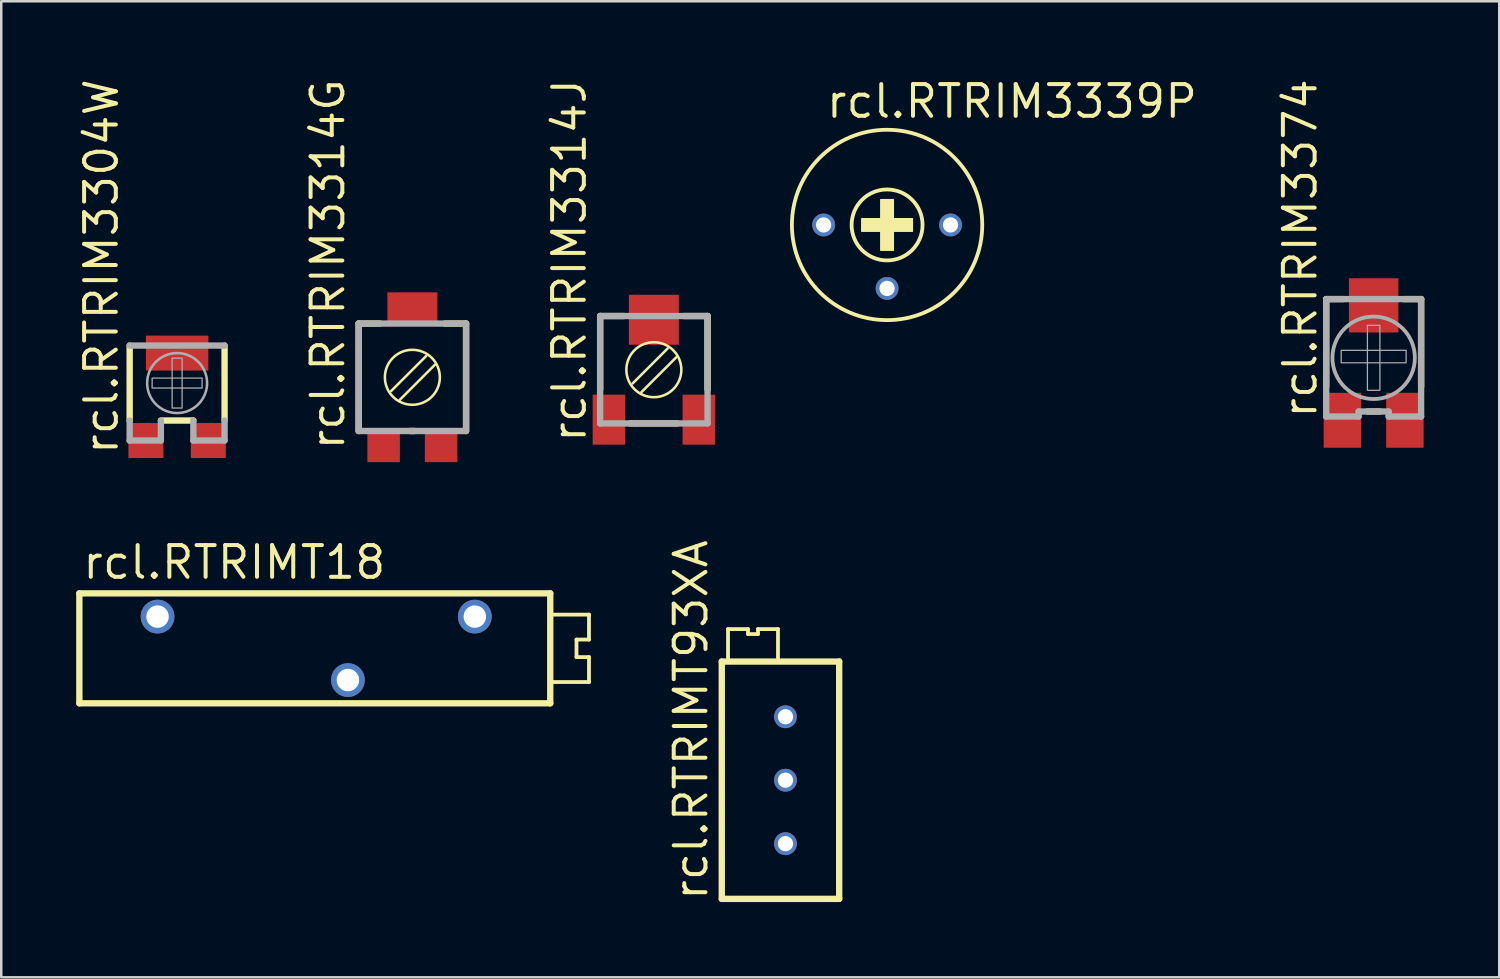
<source format=kicad_pcb>
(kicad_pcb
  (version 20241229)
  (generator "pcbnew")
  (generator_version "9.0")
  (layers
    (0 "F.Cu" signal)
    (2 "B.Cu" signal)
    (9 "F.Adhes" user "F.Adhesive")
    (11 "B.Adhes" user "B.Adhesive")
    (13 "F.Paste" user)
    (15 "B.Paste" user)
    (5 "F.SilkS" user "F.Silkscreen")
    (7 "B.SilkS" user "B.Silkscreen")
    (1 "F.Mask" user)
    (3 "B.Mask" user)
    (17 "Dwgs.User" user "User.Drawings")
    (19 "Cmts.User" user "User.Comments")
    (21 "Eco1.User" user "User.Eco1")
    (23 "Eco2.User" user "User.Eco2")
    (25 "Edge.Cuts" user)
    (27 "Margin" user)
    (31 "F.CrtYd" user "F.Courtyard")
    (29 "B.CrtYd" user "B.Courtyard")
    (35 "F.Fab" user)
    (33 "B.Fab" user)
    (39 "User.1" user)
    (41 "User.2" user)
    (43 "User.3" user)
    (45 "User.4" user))
  (footprint "rcl.RTRIM3314G"
    (layer "F.Cu")
    (at 13.457 12.053)
    (property "Reference" "rcl.RTRIM3314G" (at -2.64 2.99 90) (layer "F.SilkS") (effects (font (size 1.27 1.27) (thickness 0.16)) (justify left bottom)))
    (attr smd)
    (fp_line (start -2.15 -2.15) (end -2.15 2.15) (stroke (width 0.254) (type default)) (layer "F.SilkS"))
    (fp_line (start -1.3 -2.15) (end -2.15 -2.15) (stroke (width 0.254) (type default)) (layer "F.SilkS"))
    (fp_line (start -0.85 0.55) (end 0.55 -0.85) (stroke (width 0.102) (type default)) (layer "F.SilkS"))
    (fp_line (start -0.5 0.9) (end 0.9 -0.5) (stroke (width 0.102) (type default)) (layer "F.SilkS"))
    (fp_line (start 0.1 2.15) (end -0.1 2.15) (stroke (width 0.254) (type default)) (layer "F.SilkS"))
    (fp_line (start 2.15 -2.15) (end 1.3 -2.15) (stroke (width 0.254) (type default)) (layer "F.SilkS"))
    (fp_line (start 2.15 2.15) (end 2.15 -2.15) (stroke (width 0.254) (type default)) (layer "F.SilkS"))
    (fp_circle (center 0 0) (end 1.1 0) (stroke (width 0.102) (type default)) (fill no) (layer "F.SilkS"))
    (fp_line (start -2.15 -2.15) (end 2.15 -2.15) (stroke (width 0.254) (type default)) (layer "F.Fab"))
    (fp_line (start -2.15 2.15) (end -2.15 -2.15) (stroke (width 0.254) (type default)) (layer "F.Fab"))
    (fp_line (start 2.15 -2.15) (end 2.15 2.15) (stroke (width 0.254) (type default)) (layer "F.Fab"))
    (fp_line (start 2.15 2.15) (end -2.15 2.15) (stroke (width 0.254) (type default)) (layer "F.Fab"))
    (pad "1" smd roundrect (at 1.15 2.75 180) (size 1.3 1.3) (layers "F.Cu" "F.Mask" "F.Paste") (roundrect_rratio 0.01))
    (pad "2" smd roundrect (at 0 -2.75) (size 2 1.3) (layers "F.Cu" "F.Mask" "F.Paste") (roundrect_rratio 0.01))
    (pad "3" smd roundrect (at -1.15 2.75 180) (size 1.3 1.3) (layers "F.Cu" "F.Mask" "F.Paste") (roundrect_rratio 0.01)))
  (footprint "rcl.RTRIMT18"
    (layer "F.Cu")
    (at 10.877 22.903)
    (property "Reference" "rcl.RTRIMT18" (at -10.7 -2.7 0) (layer "F.SilkS") (effects (font (size 1.27 1.27) (thickness 0.16)) (justify left bottom)))
    (attr through_hole)
    (fp_line (start -10.75 -2.2) (end -10.75 2.2) (stroke (width 0.254) (type default)) (layer "F.SilkS"))
    (fp_line (start -10.75 2.2) (end 8.1 2.2) (stroke (width 0.254) (type default)) (layer "F.SilkS"))
    (fp_line (start 8.1 -2.2) (end -10.75 -2.2) (stroke (width 0.254) (type default)) (layer "F.SilkS"))
    (fp_line (start 8.1 2.2) (end 8.1 -2.2) (stroke (width 0.254) (type default)) (layer "F.SilkS"))
    (fp_line (start 8.2 -1.35) (end 9.65 -1.35) (stroke (width 0.152) (type default)) (layer "F.SilkS"))
    (fp_line (start 9.15 -0.35) (end 9.15 0.35) (stroke (width 0.152) (type default)) (layer "F.SilkS"))
    (fp_line (start 9.15 0.35) (end 9.65 0.35) (stroke (width 0.152) (type default)) (layer "F.SilkS"))
    (fp_line (start 9.65 -1.35) (end 9.65 -0.35) (stroke (width 0.152) (type default)) (layer "F.SilkS"))
    (fp_line (start 9.65 -0.35) (end 9.15 -0.35) (stroke (width 0.152) (type default)) (layer "F.SilkS"))
    (fp_line (start 9.65 0.35) (end 9.65 1.35) (stroke (width 0.152) (type default)) (layer "F.SilkS"))
    (fp_line (start 9.65 1.35) (end 8.2 1.35) (stroke (width 0.152) (type default)) (layer "F.SilkS"))
    (pad "1" thru_hole circle (at -7.62 -1.27) (size 1.35 1.35) (drill 0.9) (layers "*.Cu" "*.Mask"))
    (pad "2" thru_hole circle (at 0 1.27) (size 1.35 1.35) (drill 0.9) (layers "*.Cu" "*.Mask"))
    (pad "3" thru_hole circle (at 5.08 -1.27) (size 1.35 1.35) (drill 0.9) (layers "*.Cu" "*.Mask")))
  (footprint "rcl.RTRIMT93XA"
    (layer "F.Cu")
    (at 28.393 28.182)
    (property "Reference" "rcl.RTRIMT93XA" (at -3.04 4.89 90) (layer "F.SilkS") (effects (font (size 1.27 1.27) (thickness 0.16)) (justify left bottom)))
    (attr through_hole)
    (fp_line (start -2.55 -4.75) (end -2.55 4.75) (stroke (width 0.254) (type default)) (layer "F.SilkS"))
    (fp_line (start -2.55 4.75) (end 2.15 4.75) (stroke (width 0.254) (type default)) (layer "F.SilkS"))
    (fp_line (start -2.3 -6.05) (end -2.3 -4.9) (stroke (width 0.152) (type default)) (layer "F.SilkS"))
    (fp_line (start -1.5 -6.05) (end -2.3 -6.05) (stroke (width 0.152) (type default)) (layer "F.SilkS"))
    (fp_line (start -1.5 -5.85) (end -1.5 -6.05) (stroke (width 0.152) (type default)) (layer "F.SilkS"))
    (fp_line (start -1.1 -6.05) (end -1.1 -5.85) (stroke (width 0.152) (type default)) (layer "F.SilkS"))
    (fp_line (start -1.1 -5.85) (end -1.5 -5.85) (stroke (width 0.152) (type default)) (layer "F.SilkS"))
    (fp_line (start -0.3 -6.05) (end -1.1 -6.05) (stroke (width 0.152) (type default)) (layer "F.SilkS"))
    (fp_line (start -0.3 -4.9) (end -0.3 -6.05) (stroke (width 0.152) (type default)) (layer "F.SilkS"))
    (fp_line (start 2.15 -4.75) (end -2.55 -4.75) (stroke (width 0.254) (type default)) (layer "F.SilkS"))
    (fp_line (start 2.15 4.75) (end 2.15 -4.75) (stroke (width 0.254) (type default)) (layer "F.SilkS"))
    (pad "1" thru_hole circle (at 0 2.54) (size 0.914 0.914) (drill 0.61) (layers "*.Cu" "*.Mask"))
    (pad "2" thru_hole circle (at 0 0) (size 0.914 0.914) (drill 0.61) (layers "*.Cu" "*.Mask"))
    (pad "3" thru_hole circle (at 0 -2.54) (size 0.914 0.914) (drill 0.61) (layers "*.Cu" "*.Mask")))
  (footprint "rcl.RTRIM3314J"
    (layer "F.Cu")
    (at 23.124 11.75)
    (property "Reference" "rcl.RTRIM3314J" (at -2.64 2.99 90) (layer "F.SilkS") (effects (font (size 1.27 1.27) (thickness 0.16)) (justify left bottom)))
    (attr smd)
    (fp_line (start -2.15 -2.15) (end -2.15 0.8) (stroke (width 0.254) (type default)) (layer "F.SilkS"))
    (fp_line (start -1.2 -2.15) (end -2.15 -2.15) (stroke (width 0.254) (type default)) (layer "F.SilkS"))
    (fp_line (start -0.85 0.55) (end 0.55 -0.85) (stroke (width 0.102) (type default)) (layer "F.SilkS"))
    (fp_line (start -0.5 0.9) (end 0.9 -0.5) (stroke (width 0.102) (type default)) (layer "F.SilkS"))
    (fp_line (start 0.95 2.15) (end -0.95 2.15) (stroke (width 0.254) (type default)) (layer "F.SilkS"))
    (fp_line (start 2.15 -2.15) (end 1.2 -2.15) (stroke (width 0.254) (type default)) (layer "F.SilkS"))
    (fp_line (start 2.15 0.8) (end 2.15 -2.15) (stroke (width 0.254) (type default)) (layer "F.SilkS"))
    (fp_circle (center 0 0) (end 1.1 0) (stroke (width 0.102) (type default)) (fill no) (layer "F.SilkS"))
    (fp_line (start -2.15 -2.15) (end 2.15 -2.15) (stroke (width 0.254) (type default)) (layer "F.Fab"))
    (fp_line (start -2.15 2.15) (end -2.15 -2.15) (stroke (width 0.254) (type default)) (layer "F.Fab"))
    (fp_line (start 2.15 -2.15) (end 2.15 2.15) (stroke (width 0.254) (type default)) (layer "F.Fab"))
    (fp_line (start 2.15 2.15) (end -2.15 2.15) (stroke (width 0.254) (type default)) (layer "F.Fab"))
    (pad "1" smd roundrect (at 1.8 2 180) (size 1.3 2) (layers "F.Cu" "F.Mask" "F.Paste") (roundrect_rratio 0.01))
    (pad "2" smd roundrect (at 0 -2) (size 2 2) (layers "F.Cu" "F.Mask" "F.Paste") (roundrect_rratio 0.01))
    (pad "3" smd roundrect (at -1.8 2 180) (size 1.3 2) (layers "F.Cu" "F.Mask" "F.Paste") (roundrect_rratio 0.01)))
  (footprint "rcl.RTRIM3304W"
    (layer "F.Cu")
    (at 4.04 12.684)
    (property "Reference" "rcl.RTRIM3304W" (at -2.29 2.54 90) (layer "F.SilkS") (effects (font (size 1.27 1.27) (thickness 0.16)) (justify left bottom)))
    (attr smd)
    (fp_line (start -1.9 1.1) (end -1.9 -1.9) (stroke (width 0.254) (type default)) (layer "F.SilkS"))
    (fp_line (start 0.65 1.1) (end -0.65 1.1) (stroke (width 0.254) (type default)) (layer "F.SilkS"))
    (fp_line (start 1.9 -1.9) (end 1.9 1.1) (stroke (width 0.254) (type default)) (layer "F.SilkS"))
    (fp_line (start -1.9 -1.9) (end 1.9 -1.9) (stroke (width 0.254) (type default)) (layer "F.Fab"))
    (fp_line (start -1.9 1.9) (end -1.9 1.1) (stroke (width 0.254) (type default)) (layer "F.Fab"))
    (fp_line (start -0.65 1.1) (end -0.65 1.9) (stroke (width 0.254) (type default)) (layer "F.Fab"))
    (fp_line (start -0.65 1.9) (end -1.9 1.9) (stroke (width 0.254) (type default)) (layer "F.Fab"))
    (fp_line (start 0.65 1.9) (end 0.65 1.1) (stroke (width 0.254) (type default)) (layer "F.Fab"))
    (fp_line (start 1.9 1.1) (end 1.9 1.9) (stroke (width 0.254) (type default)) (layer "F.Fab"))
    (fp_line (start 1.9 1.9) (end 0.65 1.9) (stroke (width 0.254) (type default)) (layer "F.Fab"))
    (fp_rect (start -1 -0.2) (end 1 -0.6) (stroke (width 0.05) (type default)) (fill no) (layer "F.Fab"))
    (fp_rect (start -0.2 0.6) (end 0.2 -1.4) (stroke (width 0.05) (type default)) (fill no) (layer "F.Fab"))
    (fp_circle (center 0 -0.4) (end 1.2 -0.4) (stroke (width 0.102) (type default)) (fill no) (layer "F.Fab"))
    (pad "1" smd roundrect (at -1.25 1.9) (size 1.4 1.4) (layers "F.Cu" "F.Mask" "F.Paste") (roundrect_rratio 0.01))
    (pad "2" smd roundrect (at 0 -1.6) (size 2.5 1.4) (layers "F.Cu" "F.Mask" "F.Paste") (roundrect_rratio 0.01))
    (pad "3" smd roundrect (at 1.25 1.9) (size 1.4 1.4) (layers "F.Cu" "F.Mask" "F.Paste") (roundrect_rratio 0.01)))
  (footprint "rcl.RTRIM3339P"
    (layer "F.Cu")
    (at 32.46 5.955)
    (property "Reference" "rcl.RTRIM3339P" (at -2.515 -4.205 0) (layer "F.SilkS") (effects (font (size 1.27 1.27) (thickness 0.16)) (justify left bottom)))
    (attr through_hole)
    (fp_rect (start -1.016 0.254) (end 1.016 -0.254) (stroke (width 0.05) (type default)) (fill yes) (layer "F.SilkS"))
    (fp_rect (start -0.254 1.016) (end 0.254 -1.016) (stroke (width 0.05) (type default)) (fill yes) (layer "F.SilkS"))
    (fp_circle (center 0 0) (end 1.42 0) (stroke (width 0.152) (type default)) (fill no) (layer "F.SilkS"))
    (fp_circle (center 0 0) (end 3.81 0) (stroke (width 0.152) (type default)) (fill no) (layer "F.SilkS"))
    (pad "1" thru_hole circle (at -2.54 0) (size 0.914 0.914) (drill 0.61) (layers "*.Cu" "*.Mask"))
    (pad "2" thru_hole circle (at 0 2.54) (size 0.914 0.914) (drill 0.61) (layers "*.Cu" "*.Mask"))
    (pad "3" thru_hole circle (at 2.54 0) (size 0.914 0.914) (drill 0.61) (layers "*.Cu" "*.Mask")))
  (footprint "rcl.RTRIM3374"
    (layer "F.Cu")
    (at 51.938 11.273)
    (property "Reference" "rcl.RTRIM3374" (at -2.2 2.5 90) (layer "F.SilkS") (effects (font (size 1.27 1.27) (thickness 0.16)) (justify left bottom)))
    (attr smd)
    (fp_line (start -1.9 -2.35) (end -1.2 -2.35) (stroke (width 0.254) (type default)) (layer "F.SilkS"))
    (fp_line (start -1.9 1.15) (end -1.9 -2.35) (stroke (width 0.254) (type default)) (layer "F.SilkS"))
    (fp_line (start -0.25 2.15) (end 0.25 2.15) (stroke (width 0.254) (type default)) (layer "F.SilkS"))
    (fp_line (start 1.2 -2.35) (end 1.9 -2.35) (stroke (width 0.254) (type default)) (layer "F.SilkS"))
    (fp_line (start 1.9 -2.35) (end 1.9 1.15) (stroke (width 0.254) (type default)) (layer "F.SilkS"))
    (fp_line (start -1.9 -2.35) (end 1.9 -2.35) (stroke (width 0.254) (type default)) (layer "F.Fab"))
    (fp_line (start -1.9 2.35) (end -1.9 -2.35) (stroke (width 0.254) (type default)) (layer "F.Fab"))
    (fp_line (start -0.6 2.15) (end -0.6 2.35) (stroke (width 0.254) (type default)) (layer "F.Fab"))
    (fp_line (start -0.6 2.35) (end -1.9 2.35) (stroke (width 0.254) (type default)) (layer "F.Fab"))
    (fp_line (start 0.6 2.15) (end -0.6 2.15) (stroke (width 0.254) (type default)) (layer "F.Fab"))
    (fp_line (start 0.6 2.35) (end 0.6 2.15) (stroke (width 0.254) (type default)) (layer "F.Fab"))
    (fp_line (start 1.9 -2.35) (end 1.9 2.35) (stroke (width 0.254) (type default)) (layer "F.Fab"))
    (fp_line (start 1.9 2.35) (end 0.6 2.35) (stroke (width 0.254) (type default)) (layer "F.Fab"))
    (fp_rect (start -1.3 0.2) (end 1.3 -0.3) (stroke (width 0.05) (type default)) (fill no) (layer "F.Fab"))
    (fp_rect (start -0.25 1.3) (end 0.25 -1.3) (stroke (width 0.05) (type default)) (fill no) (layer "F.Fab"))
    (fp_circle (center 0 0) (end 1.65 0) (stroke (width 0.152) (type default)) (fill no) (layer "F.Fab"))
    (pad "1" smd roundrect (at -1.25 2.5) (size 1.5 2.2) (layers "F.Cu" "F.Mask" "F.Paste") (roundrect_rratio 0.01))
    (pad "2" smd roundrect (at 0 -2.1) (size 1.98 2.17) (layers "F.Cu" "F.Mask" "F.Paste") (roundrect_rratio 0.01))
    (pad "3" smd roundrect (at 1.25 2.5) (size 1.5 2.2) (layers "F.Cu" "F.Mask" "F.Paste") (roundrect_rratio 0.01)))
  (gr_rect
    (start -3 -3)
    (end 56.965 36.072)
    (stroke (width 0.1) (type default))
    (fill no)
    (layer "Edge.Cuts")))
</source>
